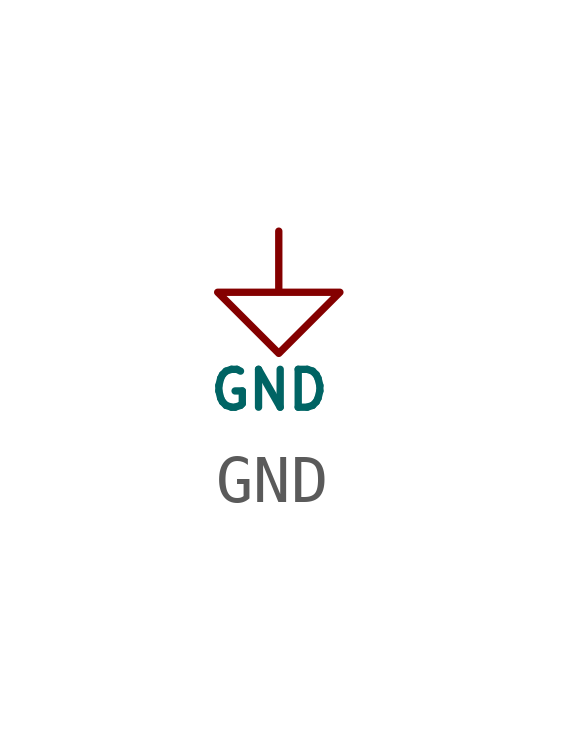
<source format=kicad_sym>
(kicad_symbol_lib
  (version 20220914)
  (generator kicad_symbol_editor)
  (symbol "GND "
    (power)
    (pin_numbers hide)
    (pin_names
      (offset 0) hide)
    (property "Reference" "#PWR"
      (at 0 -4.318 0)
      (effects (font (size 0.787 0.787)) hide))
    (property "Value" "GND "
      (at 0.254 -3.302 0)
      (effects (font (size 0.787 0.787))))
    (symbol "GND _0_1"
      (polyline (pts (xy 0 0) (xy 0 -1.27) (xy 1.27 -1.27) (xy 0 -2.54) (xy -1.27 -1.27) (xy 0 -1.27)) (stroke (width 0) (type solid)) (fill (type none))))
    (symbol "GND _1_1"
      (pin power_in line (at 0 0 270) (length 0) hide (name "GNDA" (effects (font (size 1.27 1.27)))) (number "1" (effects (font (size 1.27 1.27))))))))
</source>
